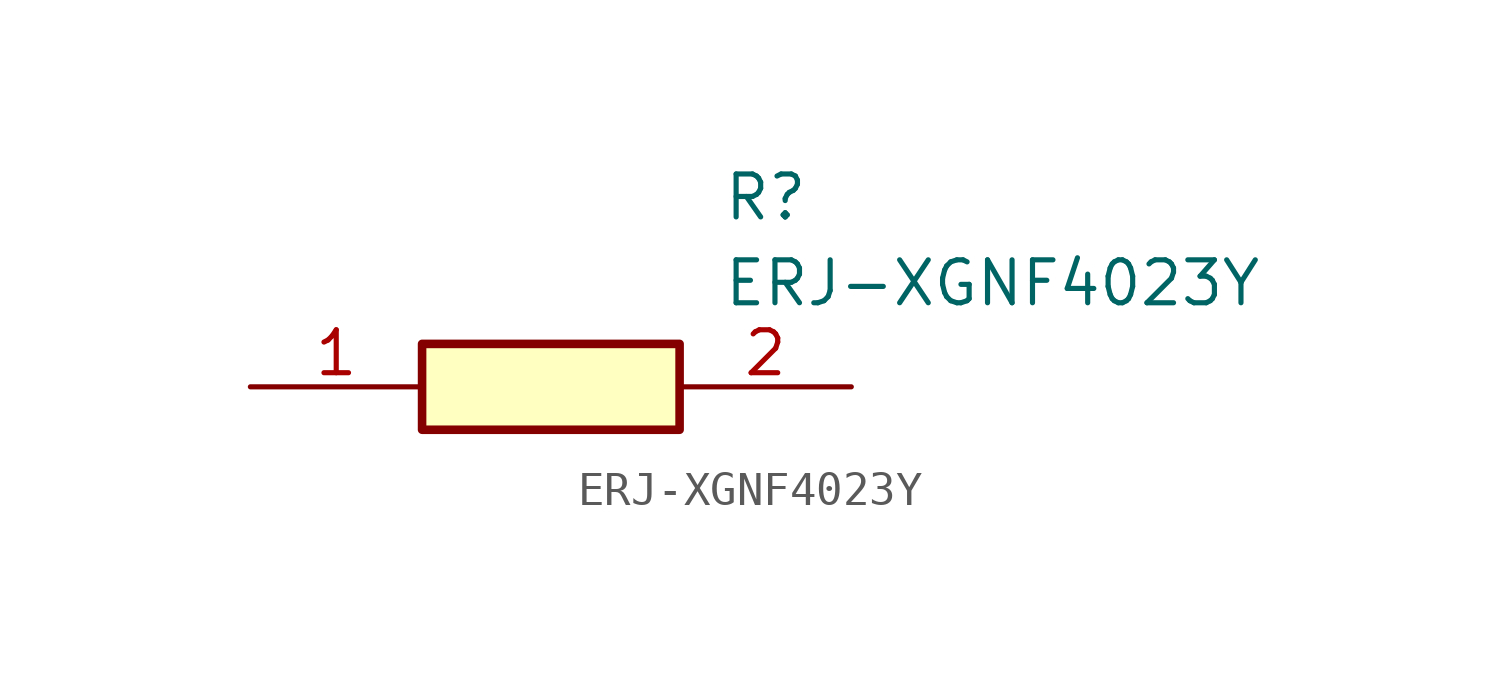
<source format=kicad_sym>
(kicad_symbol_lib
  (version 20211014)
  (generator SamacSys_ECAD_Model)
  (symbol "ERJ-XGNF4023Y"
    (pin_names hide)
    (property "Reference" "R"
      (at 13.97 6.35 0)
      (effects (font (size 1.27 1.27)) (justify left top)))
    (property "Value" "ERJ-XGNF4023Y"
      (at 13.97 3.81 0)
      (effects (font (size 1.27 1.27)) (justify left top)))
    (rectangle
      (start 5.08 1.27)
      (end 12.7 -1.27)
      (stroke (width 0.254) (type default))
      (fill (type background)))
    (pin passive line
      (at 0 0 0)
      (length 5.08)
      (name "1" (effects (font (size 1.27 1.27))))
      (number "1" (effects (font (size 1.27 1.27)))))
    (pin passive line
      (at 17.78 0 180)
      (length 5.08)
      (name "2" (effects (font (size 1.27 1.27))))
      (number "2" (effects (font (size 1.27 1.27)))))))
</source>
